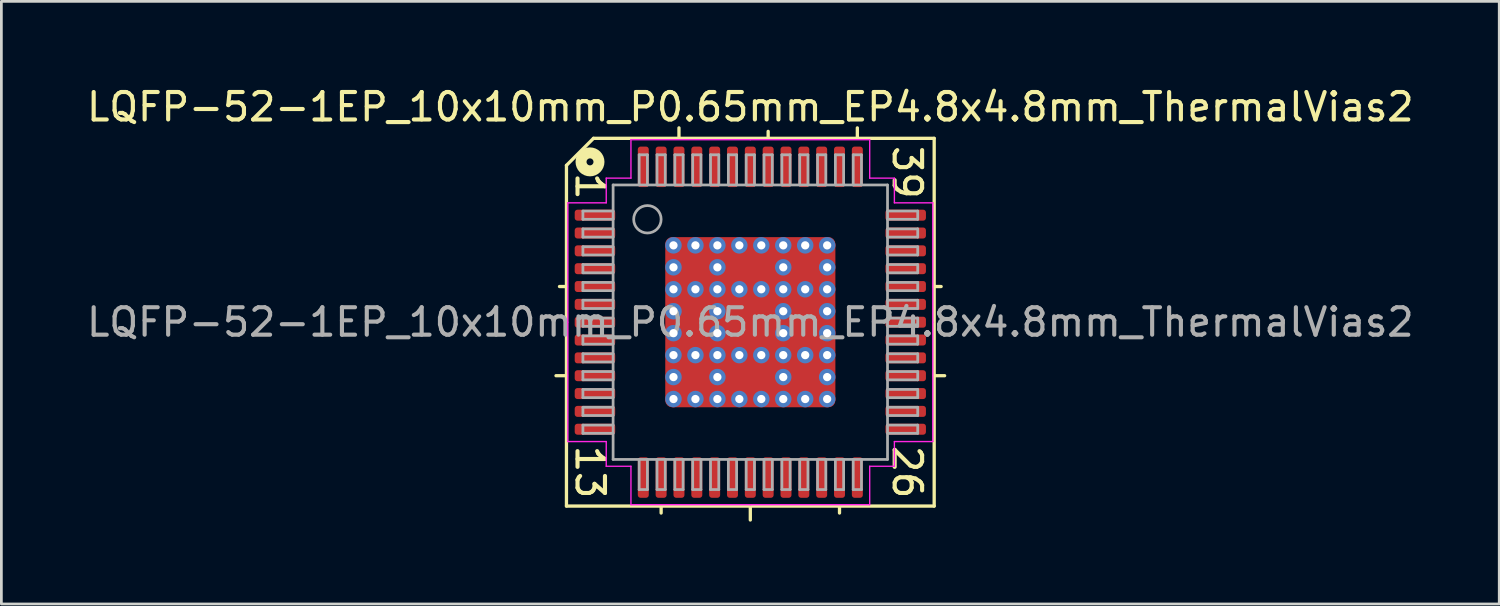
<source format=kicad_pcb>
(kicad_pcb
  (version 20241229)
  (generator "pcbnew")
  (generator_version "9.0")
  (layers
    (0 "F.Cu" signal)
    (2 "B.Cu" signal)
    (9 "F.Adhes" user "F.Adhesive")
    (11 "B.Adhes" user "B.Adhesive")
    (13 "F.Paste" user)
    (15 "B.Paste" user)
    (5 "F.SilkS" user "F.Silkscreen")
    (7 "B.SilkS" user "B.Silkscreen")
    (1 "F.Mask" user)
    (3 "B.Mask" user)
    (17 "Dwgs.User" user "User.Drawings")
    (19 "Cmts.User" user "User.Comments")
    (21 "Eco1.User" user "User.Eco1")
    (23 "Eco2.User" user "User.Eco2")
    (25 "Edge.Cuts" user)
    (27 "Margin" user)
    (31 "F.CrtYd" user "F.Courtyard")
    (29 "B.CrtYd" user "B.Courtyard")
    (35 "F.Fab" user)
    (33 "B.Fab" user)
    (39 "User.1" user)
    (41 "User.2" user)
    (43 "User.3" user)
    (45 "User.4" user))
  (footprint "LQFP-52-1EP_10x10mm_P0.65mm_EP4.8x4.8mm_ThermalVias2"
    (layer "F.Cu")
    (at 24.292 8.691)
    (property "Reference" "LQFP-52-1EP_10x10mm_P0.65mm_EP4.8x4.8mm_ThermalVias2" (at 0 -7.843 0) (layer "F.SilkS") (effects (font (size 1 1) (thickness 0.15))))
    (attr smd)
    (fp_line (start -6.7 -5.715) (end -6.7 6.7) (stroke (width 0.12) (type solid)) (layer "F.SilkS"))
    (fp_line (start -6.7 -1.3) (end -6.954 -1.3) (stroke (width 0.12) (type solid)) (layer "F.SilkS"))
    (fp_line (start -6.7 1.95) (end -7.081 1.95) (stroke (width 0.12) (type solid)) (layer "F.SilkS"))
    (fp_line (start -6.7 6.7) (end 6.7 6.7) (stroke (width 0.12) (type solid)) (layer "F.SilkS"))
    (fp_line (start -5.715 -6.7) (end -6.7 -5.715) (stroke (width 0.12) (type solid)) (layer "F.SilkS"))
    (fp_line (start -3.25 6.7) (end -3.25 6.954) (stroke (width 0.12) (type solid)) (layer "F.SilkS"))
    (fp_line (start -2.6 -6.7) (end -2.6 -7.081) (stroke (width 0.12) (type solid)) (layer "F.SilkS"))
    (fp_line (start 0 6.7) (end 0 7.208) (stroke (width 0.12) (type solid)) (layer "F.SilkS"))
    (fp_line (start 0.65 -6.7) (end 0.65 -6.954) (stroke (width 0.12) (type solid)) (layer "F.SilkS"))
    (fp_line (start 3.25 6.7) (end 3.25 6.954) (stroke (width 0.12) (type solid)) (layer "F.SilkS"))
    (fp_line (start 3.9 -6.7) (end 3.9 -7.081) (stroke (width 0.12) (type solid)) (layer "F.SilkS"))
    (fp_line (start 6.7 -6.7) (end -5.715 -6.7) (stroke (width 0.12) (type solid)) (layer "F.SilkS"))
    (fp_line (start 6.7 -1.3) (end 6.954 -1.3) (stroke (width 0.12) (type solid)) (layer "F.SilkS"))
    (fp_line (start 6.7 1.95) (end 7.081 1.95) (stroke (width 0.12) (type solid)) (layer "F.SilkS"))
    (fp_line (start 6.7 6.7) (end 6.7 -6.7) (stroke (width 0.12) (type solid)) (layer "F.SilkS"))
    (fp_circle (center -5.842 -5.842) (end -5.715 -5.842) (stroke (width 0.4) (type solid)) (fill no) (layer "F.SilkS"))
    (fp_line (start -6.65 -4.35) (end -6.65 0) (stroke (width 0.05) (type solid)) (layer "F.CrtYd"))
    (fp_line (start -6.65 4.35) (end -6.65 0) (stroke (width 0.05) (type solid)) (layer "F.CrtYd"))
    (fp_line (start -5.25 -5.25) (end -5.25 -4.35) (stroke (width 0.05) (type solid)) (layer "F.CrtYd"))
    (fp_line (start -5.25 -4.35) (end -6.65 -4.35) (stroke (width 0.05) (type solid)) (layer "F.CrtYd"))
    (fp_line (start -5.25 4.35) (end -6.65 4.35) (stroke (width 0.05) (type solid)) (layer "F.CrtYd"))
    (fp_line (start -5.25 5.25) (end -5.25 4.35) (stroke (width 0.05) (type solid)) (layer "F.CrtYd"))
    (fp_line (start -4.35 -6.65) (end -4.35 -5.25) (stroke (width 0.05) (type solid)) (layer "F.CrtYd"))
    (fp_line (start -4.35 -5.25) (end -5.25 -5.25) (stroke (width 0.05) (type solid)) (layer "F.CrtYd"))
    (fp_line (start -4.35 5.25) (end -5.25 5.25) (stroke (width 0.05) (type solid)) (layer "F.CrtYd"))
    (fp_line (start -4.35 6.65) (end -4.35 5.25) (stroke (width 0.05) (type solid)) (layer "F.CrtYd"))
    (fp_line (start 0 -6.65) (end -4.35 -6.65) (stroke (width 0.05) (type solid)) (layer "F.CrtYd"))
    (fp_line (start 0 -6.65) (end 4.35 -6.65) (stroke (width 0.05) (type solid)) (layer "F.CrtYd"))
    (fp_line (start 0 6.65) (end -4.35 6.65) (stroke (width 0.05) (type solid)) (layer "F.CrtYd"))
    (fp_line (start 0 6.65) (end 4.35 6.65) (stroke (width 0.05) (type solid)) (layer "F.CrtYd"))
    (fp_line (start 4.35 -6.65) (end 4.35 -5.25) (stroke (width 0.05) (type solid)) (layer "F.CrtYd"))
    (fp_line (start 4.35 -5.25) (end 5.25 -5.25) (stroke (width 0.05) (type solid)) (layer "F.CrtYd"))
    (fp_line (start 4.35 5.25) (end 5.25 5.25) (stroke (width 0.05) (type solid)) (layer "F.CrtYd"))
    (fp_line (start 4.35 6.65) (end 4.35 5.25) (stroke (width 0.05) (type solid)) (layer "F.CrtYd"))
    (fp_line (start 5.25 -5.25) (end 5.25 -4.35) (stroke (width 0.05) (type solid)) (layer "F.CrtYd"))
    (fp_line (start 5.25 -4.35) (end 6.65 -4.35) (stroke (width 0.05) (type solid)) (layer "F.CrtYd"))
    (fp_line (start 5.25 4.35) (end 6.65 4.35) (stroke (width 0.05) (type solid)) (layer "F.CrtYd"))
    (fp_line (start 5.25 5.25) (end 5.25 4.35) (stroke (width 0.05) (type solid)) (layer "F.CrtYd"))
    (fp_line (start 6.65 -4.35) (end 6.65 0) (stroke (width 0.05) (type solid)) (layer "F.CrtYd"))
    (fp_line (start 6.65 4.35) (end 6.65 0) (stroke (width 0.05) (type solid)) (layer "F.CrtYd"))
    (fp_line (start -6.1 -4.05) (end -6.1 -3.75) (stroke (width 0.1) (type solid)) (layer "F.Fab"))
    (fp_line (start -6.1 -4.05) (end -5 -4.05) (stroke (width 0.1) (type solid)) (layer "F.Fab"))
    (fp_line (start -6.1 -3.75) (end -5 -3.75) (stroke (width 0.1) (type solid)) (layer "F.Fab"))
    (fp_line (start -6.1 -3.4) (end -6.1 -3.1) (stroke (width 0.1) (type solid)) (layer "F.Fab"))
    (fp_line (start -6.1 -3.4) (end -5 -3.4) (stroke (width 0.1) (type solid)) (layer "F.Fab"))
    (fp_line (start -6.1 -3.1) (end -5 -3.1) (stroke (width 0.1) (type solid)) (layer "F.Fab"))
    (fp_line (start -6.1 -2.75) (end -6.1 -2.45) (stroke (width 0.1) (type solid)) (layer "F.Fab"))
    (fp_line (start -6.1 -2.75) (end -5 -2.75) (stroke (width 0.1) (type solid)) (layer "F.Fab"))
    (fp_line (start -6.1 -2.45) (end -5 -2.45) (stroke (width 0.1) (type solid)) (layer "F.Fab"))
    (fp_line (start -6.1 -2.1) (end -6.1 -1.8) (stroke (width 0.1) (type solid)) (layer "F.Fab"))
    (fp_line (start -6.1 -2.1) (end -5 -2.1) (stroke (width 0.1) (type solid)) (layer "F.Fab"))
    (fp_line (start -6.1 -1.8) (end -5 -1.8) (stroke (width 0.1) (type solid)) (layer "F.Fab"))
    (fp_line (start -6.1 -1.45) (end -6.1 -1.15) (stroke (width 0.1) (type solid)) (layer "F.Fab"))
    (fp_line (start -6.1 -1.45) (end -5 -1.45) (stroke (width 0.1) (type solid)) (layer "F.Fab"))
    (fp_line (start -6.1 -1.15) (end -5 -1.15) (stroke (width 0.1) (type solid)) (layer "F.Fab"))
    (fp_line (start -6.1 -0.8) (end -6.1 -0.5) (stroke (width 0.1) (type solid)) (layer "F.Fab"))
    (fp_line (start -6.1 -0.8) (end -5 -0.8) (stroke (width 0.1) (type solid)) (layer "F.Fab"))
    (fp_line (start -6.1 -0.5) (end -5 -0.5) (stroke (width 0.1) (type solid)) (layer "F.Fab"))
    (fp_line (start -6.1 -0.15) (end -6.1 0.15) (stroke (width 0.1) (type solid)) (layer "F.Fab"))
    (fp_line (start -6.1 -0.15) (end -5 -0.15) (stroke (width 0.1) (type solid)) (layer "F.Fab"))
    (fp_line (start -6.1 0.15) (end -5 0.15) (stroke (width 0.1) (type solid)) (layer "F.Fab"))
    (fp_line (start -6.1 0.5) (end -6.1 0.8) (stroke (width 0.1) (type solid)) (layer "F.Fab"))
    (fp_line (start -6.1 0.5) (end -5 0.5) (stroke (width 0.1) (type solid)) (layer "F.Fab"))
    (fp_line (start -6.1 0.8) (end -5 0.8) (stroke (width 0.1) (type solid)) (layer "F.Fab"))
    (fp_line (start -6.1 1.15) (end -6.1 1.45) (stroke (width 0.1) (type solid)) (layer "F.Fab"))
    (fp_line (start -6.1 1.15) (end -5 1.15) (stroke (width 0.1) (type solid)) (layer "F.Fab"))
    (fp_line (start -6.1 1.45) (end -5 1.45) (stroke (width 0.1) (type solid)) (layer "F.Fab"))
    (fp_line (start -6.1 1.8) (end -6.1 2.1) (stroke (width 0.1) (type solid)) (layer "F.Fab"))
    (fp_line (start -6.1 1.8) (end -5 1.8) (stroke (width 0.1) (type solid)) (layer "F.Fab"))
    (fp_line (start -6.1 2.1) (end -5 2.1) (stroke (width 0.1) (type solid)) (layer "F.Fab"))
    (fp_line (start -6.1 2.45) (end -6.1 2.75) (stroke (width 0.1) (type solid)) (layer "F.Fab"))
    (fp_line (start -6.1 2.45) (end -5 2.45) (stroke (width 0.1) (type solid)) (layer "F.Fab"))
    (fp_line (start -6.1 2.75) (end -5 2.75) (stroke (width 0.1) (type solid)) (layer "F.Fab"))
    (fp_line (start -6.1 3.1) (end -6.1 3.4) (stroke (width 0.1) (type solid)) (layer "F.Fab"))
    (fp_line (start -6.1 3.1) (end -5 3.1) (stroke (width 0.1) (type solid)) (layer "F.Fab"))
    (fp_line (start -6.1 3.4) (end -5 3.4) (stroke (width 0.1) (type solid)) (layer "F.Fab"))
    (fp_line (start -6.1 3.75) (end -6.1 4.05) (stroke (width 0.1) (type solid)) (layer "F.Fab"))
    (fp_line (start -6.1 3.75) (end -5 3.75) (stroke (width 0.1) (type solid)) (layer "F.Fab"))
    (fp_line (start -6.1 4.05) (end -5 4.05) (stroke (width 0.1) (type solid)) (layer "F.Fab"))
    (fp_line (start -5 -5) (end 5 -5) (stroke (width 0.1) (type solid)) (layer "F.Fab"))
    (fp_line (start -5 5) (end -5 -5) (stroke (width 0.1) (type solid)) (layer "F.Fab"))
    (fp_line (start -4.05 -6.1) (end -4.05 -5) (stroke (width 0.1) (type solid)) (layer "F.Fab"))
    (fp_line (start -4.05 6.1) (end -4.05 5) (stroke (width 0.1) (type solid)) (layer "F.Fab"))
    (fp_line (start -4.05 6.1) (end -3.75 6.1) (stroke (width 0.1) (type solid)) (layer "F.Fab"))
    (fp_line (start -3.75 -6.1) (end -4.05 -6.1) (stroke (width 0.1) (type solid)) (layer "F.Fab"))
    (fp_line (start -3.75 -6.1) (end -3.75 -5) (stroke (width 0.1) (type solid)) (layer "F.Fab"))
    (fp_line (start -3.75 6.1) (end -3.75 5) (stroke (width 0.1) (type solid)) (layer "F.Fab"))
    (fp_line (start -3.4 -6.1) (end -3.4 -5) (stroke (width 0.1) (type solid)) (layer "F.Fab"))
    (fp_line (start -3.4 6.1) (end -3.4 5) (stroke (width 0.1) (type solid)) (layer "F.Fab"))
    (fp_line (start -3.4 6.1) (end -3.1 6.1) (stroke (width 0.1) (type solid)) (layer "F.Fab"))
    (fp_line (start -3.1 -6.1) (end -3.4 -6.1) (stroke (width 0.1) (type solid)) (layer "F.Fab"))
    (fp_line (start -3.1 -6.1) (end -3.1 -5) (stroke (width 0.1) (type solid)) (layer "F.Fab"))
    (fp_line (start -3.1 6.1) (end -3.1 5) (stroke (width 0.1) (type solid)) (layer "F.Fab"))
    (fp_line (start -2.75 -6.1) (end -2.75 -5) (stroke (width 0.1) (type solid)) (layer "F.Fab"))
    (fp_line (start -2.75 6.1) (end -2.75 5) (stroke (width 0.1) (type solid)) (layer "F.Fab"))
    (fp_line (start -2.75 6.1) (end -2.45 6.1) (stroke (width 0.1) (type solid)) (layer "F.Fab"))
    (fp_line (start -2.45 -6.1) (end -2.75 -6.1) (stroke (width 0.1) (type solid)) (layer "F.Fab"))
    (fp_line (start -2.45 -6.1) (end -2.45 -5) (stroke (width 0.1) (type solid)) (layer "F.Fab"))
    (fp_line (start -2.45 6.1) (end -2.45 5) (stroke (width 0.1) (type solid)) (layer "F.Fab"))
    (fp_line (start -2.1 -6.1) (end -2.1 -5) (stroke (width 0.1) (type solid)) (layer "F.Fab"))
    (fp_line (start -2.1 6.1) (end -2.1 5) (stroke (width 0.1) (type solid)) (layer "F.Fab"))
    (fp_line (start -2.1 6.1) (end -1.8 6.1) (stroke (width 0.1) (type solid)) (layer "F.Fab"))
    (fp_line (start -1.8 -6.1) (end -2.1 -6.1) (stroke (width 0.1) (type solid)) (layer "F.Fab"))
    (fp_line (start -1.8 -6.1) (end -1.8 -5) (stroke (width 0.1) (type solid)) (layer "F.Fab"))
    (fp_line (start -1.8 6.1) (end -1.8 5) (stroke (width 0.1) (type solid)) (layer "F.Fab"))
    (fp_line (start -1.45 -6.1) (end -1.45 -5) (stroke (width 0.1) (type solid)) (layer "F.Fab"))
    (fp_line (start -1.45 6.1) (end -1.45 5) (stroke (width 0.1) (type solid)) (layer "F.Fab"))
    (fp_line (start -1.45 6.1) (end -1.15 6.1) (stroke (width 0.1) (type solid)) (layer "F.Fab"))
    (fp_line (start -1.15 -6.1) (end -1.45 -6.1) (stroke (width 0.1) (type solid)) (layer "F.Fab"))
    (fp_line (start -1.15 -6.1) (end -1.15 -5) (stroke (width 0.1) (type solid)) (layer "F.Fab"))
    (fp_line (start -1.15 6.1) (end -1.15 5) (stroke (width 0.1) (type solid)) (layer "F.Fab"))
    (fp_line (start -0.8 -6.1) (end -0.8 -5) (stroke (width 0.1) (type solid)) (layer "F.Fab"))
    (fp_line (start -0.8 6.1) (end -0.8 5) (stroke (width 0.1) (type solid)) (layer "F.Fab"))
    (fp_line (start -0.8 6.1) (end -0.5 6.1) (stroke (width 0.1) (type solid)) (layer "F.Fab"))
    (fp_line (start -0.5 -6.1) (end -0.8 -6.1) (stroke (width 0.1) (type solid)) (layer "F.Fab"))
    (fp_line (start -0.5 -6.1) (end -0.5 -5) (stroke (width 0.1) (type solid)) (layer "F.Fab"))
    (fp_line (start -0.5 6.1) (end -0.5 5) (stroke (width 0.1) (type solid)) (layer "F.Fab"))
    (fp_line (start -0.15 -6.1) (end -0.15 -5) (stroke (width 0.1) (type solid)) (layer "F.Fab"))
    (fp_line (start -0.15 6.1) (end -0.15 5) (stroke (width 0.1) (type solid)) (layer "F.Fab"))
    (fp_line (start -0.15 6.1) (end 0.15 6.1) (stroke (width 0.1) (type solid)) (layer "F.Fab"))
    (fp_line (start 0.15 -6.1) (end -0.15 -6.1) (stroke (width 0.1) (type solid)) (layer "F.Fab"))
    (fp_line (start 0.15 -6.1) (end 0.15 -5) (stroke (width 0.1) (type solid)) (layer "F.Fab"))
    (fp_line (start 0.15 6.1) (end 0.15 5) (stroke (width 0.1) (type solid)) (layer "F.Fab"))
    (fp_line (start 0.5 -6.1) (end 0.5 -5) (stroke (width 0.1) (type solid)) (layer "F.Fab"))
    (fp_line (start 0.5 6.1) (end 0.5 5) (stroke (width 0.1) (type solid)) (layer "F.Fab"))
    (fp_line (start 0.5 6.1) (end 0.8 6.1) (stroke (width 0.1) (type solid)) (layer "F.Fab"))
    (fp_line (start 0.8 -6.1) (end 0.5 -6.1) (stroke (width 0.1) (type solid)) (layer "F.Fab"))
    (fp_line (start 0.8 -6.1) (end 0.8 -5) (stroke (width 0.1) (type solid)) (layer "F.Fab"))
    (fp_line (start 0.8 6.1) (end 0.8 5) (stroke (width 0.1) (type solid)) (layer "F.Fab"))
    (fp_line (start 1.15 -6.1) (end 1.15 -5) (stroke (width 0.1) (type solid)) (layer "F.Fab"))
    (fp_line (start 1.15 6.1) (end 1.15 5) (stroke (width 0.1) (type solid)) (layer "F.Fab"))
    (fp_line (start 1.15 6.1) (end 1.45 6.1) (stroke (width 0.1) (type solid)) (layer "F.Fab"))
    (fp_line (start 1.45 -6.1) (end 1.15 -6.1) (stroke (width 0.1) (type solid)) (layer "F.Fab"))
    (fp_line (start 1.45 -6.1) (end 1.45 -5) (stroke (width 0.1) (type solid)) (layer "F.Fab"))
    (fp_line (start 1.45 6.1) (end 1.45 5) (stroke (width 0.1) (type solid)) (layer "F.Fab"))
    (fp_line (start 1.8 -6.1) (end 1.8 -5) (stroke (width 0.1) (type solid)) (layer "F.Fab"))
    (fp_line (start 1.8 6.1) (end 1.8 5) (stroke (width 0.1) (type solid)) (layer "F.Fab"))
    (fp_line (start 1.8 6.1) (end 2.1 6.1) (stroke (width 0.1) (type solid)) (layer "F.Fab"))
    (fp_line (start 2.1 -6.1) (end 1.8 -6.1) (stroke (width 0.1) (type solid)) (layer "F.Fab"))
    (fp_line (start 2.1 -6.1) (end 2.1 -5) (stroke (width 0.1) (type solid)) (layer "F.Fab"))
    (fp_line (start 2.1 6.1) (end 2.1 5) (stroke (width 0.1) (type solid)) (layer "F.Fab"))
    (fp_line (start 2.45 -6.1) (end 2.45 -5) (stroke (width 0.1) (type solid)) (layer "F.Fab"))
    (fp_line (start 2.45 6.1) (end 2.45 5) (stroke (width 0.1) (type solid)) (layer "F.Fab"))
    (fp_line (start 2.45 6.1) (end 2.75 6.1) (stroke (width 0.1) (type solid)) (layer "F.Fab"))
    (fp_line (start 2.75 -6.1) (end 2.45 -6.1) (stroke (width 0.1) (type solid)) (layer "F.Fab"))
    (fp_line (start 2.75 -6.1) (end 2.75 -5) (stroke (width 0.1) (type solid)) (layer "F.Fab"))
    (fp_line (start 2.75 6.1) (end 2.75 5) (stroke (width 0.1) (type solid)) (layer "F.Fab"))
    (fp_line (start 3.1 -6.1) (end 3.1 -5) (stroke (width 0.1) (type solid)) (layer "F.Fab"))
    (fp_line (start 3.1 6.1) (end 3.1 5) (stroke (width 0.1) (type solid)) (layer "F.Fab"))
    (fp_line (start 3.1 6.1) (end 3.4 6.1) (stroke (width 0.1) (type solid)) (layer "F.Fab"))
    (fp_line (start 3.4 -6.1) (end 3.1 -6.1) (stroke (width 0.1) (type solid)) (layer "F.Fab"))
    (fp_line (start 3.4 -6.1) (end 3.4 -5) (stroke (width 0.1) (type solid)) (layer "F.Fab"))
    (fp_line (start 3.4 6.1) (end 3.4 5) (stroke (width 0.1) (type solid)) (layer "F.Fab"))
    (fp_line (start 3.75 -6.1) (end 3.75 -5) (stroke (width 0.1) (type solid)) (layer "F.Fab"))
    (fp_line (start 3.75 6.1) (end 3.75 5) (stroke (width 0.1) (type solid)) (layer "F.Fab"))
    (fp_line (start 3.75 6.1) (end 4.05 6.1) (stroke (width 0.1) (type solid)) (layer "F.Fab"))
    (fp_line (start 4.05 -6.1) (end 3.75 -6.1) (stroke (width 0.1) (type solid)) (layer "F.Fab"))
    (fp_line (start 4.05 -6.1) (end 4.05 -5) (stroke (width 0.1) (type solid)) (layer "F.Fab"))
    (fp_line (start 4.05 6.1) (end 4.05 5) (stroke (width 0.1) (type solid)) (layer "F.Fab"))
    (fp_line (start 5 -5) (end 5 5) (stroke (width 0.1) (type solid)) (layer "F.Fab"))
    (fp_line (start 5 5) (end -5 5) (stroke (width 0.1) (type solid)) (layer "F.Fab"))
    (fp_line (start 6.1 -4.05) (end 5 -4.05) (stroke (width 0.1) (type solid)) (layer "F.Fab"))
    (fp_line (start 6.1 -3.75) (end 5 -3.75) (stroke (width 0.1) (type solid)) (layer "F.Fab"))
    (fp_line (start 6.1 -3.75) (end 6.1 -4.05) (stroke (width 0.1) (type solid)) (layer "F.Fab"))
    (fp_line (start 6.1 -3.4) (end 5 -3.4) (stroke (width 0.1) (type solid)) (layer "F.Fab"))
    (fp_line (start 6.1 -3.1) (end 5 -3.1) (stroke (width 0.1) (type solid)) (layer "F.Fab"))
    (fp_line (start 6.1 -3.1) (end 6.1 -3.4) (stroke (width 0.1) (type solid)) (layer "F.Fab"))
    (fp_line (start 6.1 -2.75) (end 5 -2.75) (stroke (width 0.1) (type solid)) (layer "F.Fab"))
    (fp_line (start 6.1 -2.45) (end 5 -2.45) (stroke (width 0.1) (type solid)) (layer "F.Fab"))
    (fp_line (start 6.1 -2.45) (end 6.1 -2.75) (stroke (width 0.1) (type solid)) (layer "F.Fab"))
    (fp_line (start 6.1 -2.1) (end 5 -2.1) (stroke (width 0.1) (type solid)) (layer "F.Fab"))
    (fp_line (start 6.1 -1.8) (end 5 -1.8) (stroke (width 0.1) (type solid)) (layer "F.Fab"))
    (fp_line (start 6.1 -1.8) (end 6.1 -2.1) (stroke (width 0.1) (type solid)) (layer "F.Fab"))
    (fp_line (start 6.1 -1.45) (end 5 -1.45) (stroke (width 0.1) (type solid)) (layer "F.Fab"))
    (fp_line (start 6.1 -1.15) (end 5 -1.15) (stroke (width 0.1) (type solid)) (layer "F.Fab"))
    (fp_line (start 6.1 -1.15) (end 6.1 -1.45) (stroke (width 0.1) (type solid)) (layer "F.Fab"))
    (fp_line (start 6.1 -0.8) (end 5 -0.8) (stroke (width 0.1) (type solid)) (layer "F.Fab"))
    (fp_line (start 6.1 -0.5) (end 5 -0.5) (stroke (width 0.1) (type solid)) (layer "F.Fab"))
    (fp_line (start 6.1 -0.5) (end 6.1 -0.8) (stroke (width 0.1) (type solid)) (layer "F.Fab"))
    (fp_line (start 6.1 -0.15) (end 5 -0.15) (stroke (width 0.1) (type solid)) (layer "F.Fab"))
    (fp_line (start 6.1 0.15) (end 5 0.15) (stroke (width 0.1) (type solid)) (layer "F.Fab"))
    (fp_line (start 6.1 0.15) (end 6.1 -0.15) (stroke (width 0.1) (type solid)) (layer "F.Fab"))
    (fp_line (start 6.1 0.5) (end 5 0.5) (stroke (width 0.1) (type solid)) (layer "F.Fab"))
    (fp_line (start 6.1 0.8) (end 5 0.8) (stroke (width 0.1) (type solid)) (layer "F.Fab"))
    (fp_line (start 6.1 0.8) (end 6.1 0.5) (stroke (width 0.1) (type solid)) (layer "F.Fab"))
    (fp_line (start 6.1 1.15) (end 5 1.15) (stroke (width 0.1) (type solid)) (layer "F.Fab"))
    (fp_line (start 6.1 1.45) (end 5 1.45) (stroke (width 0.1) (type solid)) (layer "F.Fab"))
    (fp_line (start 6.1 1.45) (end 6.1 1.15) (stroke (width 0.1) (type solid)) (layer "F.Fab"))
    (fp_line (start 6.1 1.8) (end 5 1.8) (stroke (width 0.1) (type solid)) (layer "F.Fab"))
    (fp_line (start 6.1 2.1) (end 5 2.1) (stroke (width 0.1) (type solid)) (layer "F.Fab"))
    (fp_line (start 6.1 2.1) (end 6.1 1.8) (stroke (width 0.1) (type solid)) (layer "F.Fab"))
    (fp_line (start 6.1 2.45) (end 5 2.45) (stroke (width 0.1) (type solid)) (layer "F.Fab"))
    (fp_line (start 6.1 2.75) (end 5 2.75) (stroke (width 0.1) (type solid)) (layer "F.Fab"))
    (fp_line (start 6.1 2.75) (end 6.1 2.45) (stroke (width 0.1) (type solid)) (layer "F.Fab"))
    (fp_line (start 6.1 3.1) (end 5 3.1) (stroke (width 0.1) (type solid)) (layer "F.Fab"))
    (fp_line (start 6.1 3.4) (end 5 3.4) (stroke (width 0.1) (type solid)) (layer "F.Fab"))
    (fp_line (start 6.1 3.4) (end 6.1 3.1) (stroke (width 0.1) (type solid)) (layer "F.Fab"))
    (fp_line (start 6.1 3.75) (end 5 3.75) (stroke (width 0.1) (type solid)) (layer "F.Fab"))
    (fp_line (start 6.1 4.05) (end 5 4.05) (stroke (width 0.1) (type solid)) (layer "F.Fab"))
    (fp_line (start 6.1 4.05) (end 6.1 3.75) (stroke (width 0.1) (type solid)) (layer "F.Fab"))
    (fp_circle (center -3.75 -3.75) (end -3.25 -3.75) (stroke (width 0.1) (type solid)) (fill no) (layer "F.Fab"))
    (fp_text user "1" (at -5.842 -4.953 270) (unlocked yes) (layer "F.SilkS") (effects (font (size 1 1) (thickness 0.15))))
    (fp_text user "26" (at 5.715 5.461 270) (unlocked yes) (layer "F.SilkS") (effects (font (size 1 1) (thickness 0.15))))
    (fp_text user "13" (at -5.842 5.461 270) (unlocked yes) (layer "F.SilkS") (effects (font (size 1 1) (thickness 0.15))))
    (fp_text user "39" (at 5.715 -5.461 270) (unlocked yes) (layer "F.SilkS") (effects (font (size 1 1) (thickness 0.15))))
    (fp_text user "${REFERENCE}" (at 0 0 0) (layer "F.Fab") (effects (font (size 1 1) (thickness 0.15))))
    (pad "" smd roundrect (at -1.95 -1.95 90) (size 0.6 0.6) (layers "F.Paste") (roundrect_rratio 0.25))
    (pad "" smd roundrect (at -1.95 -1.95) (size 0.9 0.9) (layers "F.Mask") (roundrect_rratio 0.25))
    (pad "" smd roundrect (at -1.95 -0.425 90) (size 0.65 0.6) (layers "F.Paste") (roundrect_rratio 0.25))
    (pad "" smd roundrect (at -1.95 0) (size 0.9 1.8) (layers "F.Mask") (roundrect_rratio 0.25))
    (pad "" smd roundrect (at -1.95 0.425 90) (size 0.65 0.6) (layers "F.Paste") (roundrect_rratio 0.25))
    (pad "" smd roundrect (at -1.95 1.95 90) (size 0.6 0.6) (layers "F.Paste") (roundrect_rratio 0.25))
    (pad "" smd roundrect (at -1.95 1.95) (size 0.9 0.9) (layers "F.Mask") (roundrect_rratio 0.25))
    (pad "" smd roundrect (at -0.425 -1.95 180) (size 0.65 0.6) (layers "F.Paste") (roundrect_rratio 0.25))
    (pad "" smd roundrect (at -0.425 -0.425 180) (size 0.65 0.65) (layers "F.Paste") (roundrect_rratio 0.25))
    (pad "" smd roundrect (at -0.425 0.425 180) (size 0.65 0.65) (layers "F.Paste") (roundrect_rratio 0.25))
    (pad "" smd roundrect (at -0.425 1.95 180) (size 0.65 0.6) (layers "F.Paste") (roundrect_rratio 0.25))
    (pad "" smd roundrect (at 0 -1.95 90) (size 0.9 1.8) (layers "F.Mask") (roundrect_rratio 0.25))
    (pad "" smd roundrect (at 0 0) (size 1.8 1.8) (layers "F.Mask") (roundrect_rratio 0.139))
    (pad "" smd roundrect (at 0 1.95 90) (size 0.9 1.8) (layers "F.Mask") (roundrect_rratio 0.25))
    (pad "" smd roundrect (at 0.425 -1.95 180) (size 0.65 0.6) (layers "F.Paste") (roundrect_rratio 0.25))
    (pad "" smd roundrect (at 0.425 -0.425 180) (size 0.65 0.65) (layers "F.Paste") (roundrect_rratio 0.25))
    (pad "" smd roundrect (at 0.425 0.425 180) (size 0.65 0.65) (layers "F.Paste") (roundrect_rratio 0.25))
    (pad "" smd roundrect (at 0.425 1.95 180) (size 0.65 0.6) (layers "F.Paste") (roundrect_rratio 0.25))
    (pad "" smd roundrect (at 1.95 -1.95 90) (size 0.6 0.6) (layers "F.Paste") (roundrect_rratio 0.25))
    (pad "" smd roundrect (at 1.95 -1.95) (size 0.9 0.9) (layers "F.Mask") (roundrect_rratio 0.25))
    (pad "" smd roundrect (at 1.95 -0.425 90) (size 0.65 0.6) (layers "F.Paste") (roundrect_rratio 0.25))
    (pad "" smd roundrect (at 1.95 0) (size 0.9 1.8) (layers "F.Mask") (roundrect_rratio 0.25))
    (pad "" smd roundrect (at 1.95 0.425 90) (size 0.65 0.6) (layers "F.Paste") (roundrect_rratio 0.25))
    (pad "" smd roundrect (at 1.95 1.95 90) (size 0.6 0.6) (layers "F.Paste") (roundrect_rratio 0.25))
    (pad "" smd roundrect (at 1.95 1.95) (size 0.9 0.9) (layers "F.Mask") (roundrect_rratio 0.25))
    (pad "1" smd roundrect (at -5.662 -3.9) (size 1.475 0.4) (layers "F.Cu" "F.Mask" "F.Paste") (roundrect_rratio 0.25))
    (pad "2" smd roundrect (at -5.662 -3.25) (size 1.475 0.4) (layers "F.Cu" "F.Mask" "F.Paste") (roundrect_rratio 0.25))
    (pad "3" smd roundrect (at -5.662 -2.6) (size 1.475 0.4) (layers "F.Cu" "F.Mask" "F.Paste") (roundrect_rratio 0.25))
    (pad "4" smd roundrect (at -5.662 -1.95) (size 1.475 0.4) (layers "F.Cu" "F.Mask" "F.Paste") (roundrect_rratio 0.25))
    (pad "5" smd roundrect (at -5.662 -1.3) (size 1.475 0.4) (layers "F.Cu" "F.Mask" "F.Paste") (roundrect_rratio 0.25))
    (pad "6" smd roundrect (at -5.662 -0.65) (size 1.475 0.4) (layers "F.Cu" "F.Mask" "F.Paste") (roundrect_rratio 0.25))
    (pad "7" smd roundrect (at -5.662 0) (size 1.475 0.4) (layers "F.Cu" "F.Mask" "F.Paste") (roundrect_rratio 0.25))
    (pad "8" smd roundrect (at -5.662 0.65) (size 1.475 0.4) (layers "F.Cu" "F.Mask" "F.Paste") (roundrect_rratio 0.25))
    (pad "9" smd roundrect (at -5.662 1.3) (size 1.475 0.4) (layers "F.Cu" "F.Mask" "F.Paste") (roundrect_rratio 0.25))
    (pad "10" smd roundrect (at -5.662 1.95) (size 1.475 0.4) (layers "F.Cu" "F.Mask" "F.Paste") (roundrect_rratio 0.25))
    (pad "11" smd roundrect (at -5.662 2.6) (size 1.475 0.4) (layers "F.Cu" "F.Mask" "F.Paste") (roundrect_rratio 0.25))
    (pad "12" smd roundrect (at -5.662 3.25) (size 1.475 0.4) (layers "F.Cu" "F.Mask" "F.Paste") (roundrect_rratio 0.25))
    (pad "13" smd roundrect (at -5.662 3.9) (size 1.475 0.4) (layers "F.Cu" "F.Mask" "F.Paste") (roundrect_rratio 0.25))
    (pad "14" smd roundrect (at -3.9 5.662) (size 0.4 1.475) (layers "F.Cu" "F.Mask" "F.Paste") (roundrect_rratio 0.25))
    (pad "15" smd roundrect (at -3.25 5.662) (size 0.4 1.475) (layers "F.Cu" "F.Mask" "F.Paste") (roundrect_rratio 0.25))
    (pad "16" smd roundrect (at -2.6 5.662) (size 0.4 1.475) (layers "F.Cu" "F.Mask" "F.Paste") (roundrect_rratio 0.25))
    (pad "17" smd roundrect (at -1.95 5.662) (size 0.4 1.475) (layers "F.Cu" "F.Mask" "F.Paste") (roundrect_rratio 0.25))
    (pad "18" smd roundrect (at -1.3 5.662) (size 0.4 1.475) (layers "F.Cu" "F.Mask" "F.Paste") (roundrect_rratio 0.25))
    (pad "19" smd roundrect (at -0.65 5.662) (size 0.4 1.475) (layers "F.Cu" "F.Mask" "F.Paste") (roundrect_rratio 0.25))
    (pad "20" smd roundrect (at 0 5.662) (size 0.4 1.475) (layers "F.Cu" "F.Mask" "F.Paste") (roundrect_rratio 0.25))
    (pad "21" smd roundrect (at 0.65 5.662) (size 0.4 1.475) (layers "F.Cu" "F.Mask" "F.Paste") (roundrect_rratio 0.25))
    (pad "22" smd roundrect (at 1.3 5.662) (size 0.4 1.475) (layers "F.Cu" "F.Mask" "F.Paste") (roundrect_rratio 0.25))
    (pad "23" smd roundrect (at 1.95 5.662) (size 0.4 1.475) (layers "F.Cu" "F.Mask" "F.Paste") (roundrect_rratio 0.25))
    (pad "24" smd roundrect (at 2.6 5.662) (size 0.4 1.475) (layers "F.Cu" "F.Mask" "F.Paste") (roundrect_rratio 0.25))
    (pad "25" smd roundrect (at 3.25 5.662) (size 0.4 1.475) (layers "F.Cu" "F.Mask" "F.Paste") (roundrect_rratio 0.25))
    (pad "26" smd roundrect (at 3.9 5.662) (size 0.4 1.475) (layers "F.Cu" "F.Mask" "F.Paste") (roundrect_rratio 0.25))
    (pad "27" smd roundrect (at 5.662 3.9) (size 1.475 0.4) (layers "F.Cu" "F.Mask" "F.Paste") (roundrect_rratio 0.25))
    (pad "28" smd roundrect (at 5.662 3.25) (size 1.475 0.4) (layers "F.Cu" "F.Mask" "F.Paste") (roundrect_rratio 0.25))
    (pad "29" smd roundrect (at 5.662 2.6) (size 1.475 0.4) (layers "F.Cu" "F.Mask" "F.Paste") (roundrect_rratio 0.25))
    (pad "30" smd roundrect (at 5.662 1.95) (size 1.475 0.4) (layers "F.Cu" "F.Mask" "F.Paste") (roundrect_rratio 0.25))
    (pad "31" smd roundrect (at 5.662 1.3) (size 1.475 0.4) (layers "F.Cu" "F.Mask" "F.Paste") (roundrect_rratio 0.25))
    (pad "32" smd roundrect (at 5.662 0.65) (size 1.475 0.4) (layers "F.Cu" "F.Mask" "F.Paste") (roundrect_rratio 0.25))
    (pad "33" smd roundrect (at 5.662 0) (size 1.475 0.4) (layers "F.Cu" "F.Mask" "F.Paste") (roundrect_rratio 0.25))
    (pad "34" smd roundrect (at 5.662 -0.65) (size 1.475 0.4) (layers "F.Cu" "F.Mask" "F.Paste") (roundrect_rratio 0.25))
    (pad "35" smd roundrect (at 5.662 -1.3) (size 1.475 0.4) (layers "F.Cu" "F.Mask" "F.Paste") (roundrect_rratio 0.25))
    (pad "36" smd roundrect (at 5.662 -1.95) (size 1.475 0.4) (layers "F.Cu" "F.Mask" "F.Paste") (roundrect_rratio 0.25))
    (pad "37" smd roundrect (at 5.662 -2.6) (size 1.475 0.4) (layers "F.Cu" "F.Mask" "F.Paste") (roundrect_rratio 0.25))
    (pad "38" smd roundrect (at 5.662 -3.25) (size 1.475 0.4) (layers "F.Cu" "F.Mask" "F.Paste") (roundrect_rratio 0.25))
    (pad "39" smd roundrect (at 5.662 -3.9) (size 1.475 0.4) (layers "F.Cu" "F.Mask" "F.Paste") (roundrect_rratio 0.25))
    (pad "40" smd roundrect (at 3.9 -5.662) (size 0.4 1.475) (layers "F.Cu" "F.Mask" "F.Paste") (roundrect_rratio 0.25))
    (pad "41" smd roundrect (at 3.25 -5.662) (size 0.4 1.475) (layers "F.Cu" "F.Mask" "F.Paste") (roundrect_rratio 0.25))
    (pad "42" smd roundrect (at 2.6 -5.662) (size 0.4 1.475) (layers "F.Cu" "F.Mask" "F.Paste") (roundrect_rratio 0.25))
    (pad "43" smd roundrect (at 1.95 -5.662) (size 0.4 1.475) (layers "F.Cu" "F.Mask" "F.Paste") (roundrect_rratio 0.25))
    (pad "44" smd roundrect (at 1.3 -5.662) (size 0.4 1.475) (layers "F.Cu" "F.Mask" "F.Paste") (roundrect_rratio 0.25))
    (pad "45" smd roundrect (at 0.65 -5.662) (size 0.4 1.475) (layers "F.Cu" "F.Mask" "F.Paste") (roundrect_rratio 0.25))
    (pad "46" smd roundrect (at 0 -5.662) (size 0.4 1.475) (layers "F.Cu" "F.Mask" "F.Paste") (roundrect_rratio 0.25))
    (pad "47" smd roundrect (at -0.65 -5.662) (size 0.4 1.475) (layers "F.Cu" "F.Mask" "F.Paste") (roundrect_rratio 0.25))
    (pad "48" smd roundrect (at -1.3 -5.662) (size 0.4 1.475) (layers "F.Cu" "F.Mask" "F.Paste") (roundrect_rratio 0.25))
    (pad "49" smd roundrect (at -1.95 -5.662) (size 0.4 1.475) (layers "F.Cu" "F.Mask" "F.Paste") (roundrect_rratio 0.25))
    (pad "50" smd roundrect (at -2.6 -5.662) (size 0.4 1.475) (layers "F.Cu" "F.Mask" "F.Paste") (roundrect_rratio 0.25))
    (pad "51" smd roundrect (at -3.25 -5.662) (size 0.4 1.475) (layers "F.Cu" "F.Mask" "F.Paste") (roundrect_rratio 0.25))
    (pad "52" smd roundrect (at -3.9 -5.662) (size 0.4 1.475) (layers "F.Cu" "F.Mask" "F.Paste") (roundrect_rratio 0.25))
    (pad "53" thru_hole circle (at -2.8 -2.8) (size 0.6 0.6) (drill 0.3) (property pad_prop_heatsink) (layers "*.Cu" "*.Mask"))
    (pad "53" thru_hole circle (at -2.8 -2) (size 0.6 0.6) (drill 0.3) (property pad_prop_heatsink) (layers "*.Cu" "*.Mask"))
    (pad "53" thru_hole circle (at -2.8 -1.2) (size 0.6 0.6) (drill 0.3) (property pad_prop_heatsink) (layers "*.Cu" "*.Mask"))
    (pad "53" thru_hole circle (at -2.8 -0.4) (size 0.6 0.6) (drill 0.3) (property pad_prop_heatsink) (layers "*.Cu" "*.Mask"))
    (pad "53" thru_hole circle (at -2.8 0.4) (size 0.6 0.6) (drill 0.3) (property pad_prop_heatsink) (layers "*.Cu" "*.Mask"))
    (pad "53" thru_hole circle (at -2.8 1.2) (size 0.6 0.6) (drill 0.3) (property pad_prop_heatsink) (layers "*.Cu" "*.Mask"))
    (pad "53" thru_hole circle (at -2.8 2) (size 0.6 0.6) (drill 0.3) (property pad_prop_heatsink) (layers "*.Cu" "*.Mask"))
    (pad "53" thru_hole circle (at -2.8 2.8) (size 0.6 0.6) (drill 0.3) (property pad_prop_heatsink) (layers "*.Cu" "*.Mask"))
    (pad "53" thru_hole circle (at -2 -2.8) (size 0.6 0.6) (drill 0.3) (property pad_prop_heatsink) (layers "*.Cu" "*.Mask"))
    (pad "53" thru_hole circle (at -2 -1.2) (size 0.6 0.6) (drill 0.3) (property pad_prop_heatsink) (layers "*.Cu" "*.Mask"))
    (pad "53" thru_hole circle (at -2 1.2) (size 0.6 0.6) (drill 0.3) (property pad_prop_heatsink) (layers "*.Cu" "*.Mask"))
    (pad "53" thru_hole circle (at -2 2.8) (size 0.6 0.6) (drill 0.3) (property pad_prop_heatsink) (layers "*.Cu" "*.Mask"))
    (pad "53" thru_hole circle (at -1.2 -2.8) (size 0.6 0.6) (drill 0.3) (property pad_prop_heatsink) (layers "*.Cu" "*.Mask"))
    (pad "53" thru_hole circle (at -1.2 -2) (size 0.6 0.6) (drill 0.3) (property pad_prop_heatsink) (layers "*.Cu" "*.Mask"))
    (pad "53" thru_hole circle (at -1.2 -1.2) (size 0.6 0.6) (drill 0.3) (property pad_prop_heatsink) (layers "*.Cu" "*.Mask"))
    (pad "53" thru_hole circle (at -1.2 -0.4) (size 0.6 0.6) (drill 0.3) (property pad_prop_heatsink) (layers "*.Cu" "*.Mask"))
    (pad "53" thru_hole circle (at -1.2 0.4) (size 0.6 0.6) (drill 0.3) (property pad_prop_heatsink) (layers "*.Cu" "*.Mask"))
    (pad "53" thru_hole circle (at -1.2 1.2) (size 0.6 0.6) (drill 0.3) (property pad_prop_heatsink) (layers "*.Cu" "*.Mask"))
    (pad "53" thru_hole circle (at -1.2 2) (size 0.6 0.6) (drill 0.3) (property pad_prop_heatsink) (layers "*.Cu" "*.Mask"))
    (pad "53" thru_hole circle (at -1.2 2.8) (size 0.6 0.6) (drill 0.3) (property pad_prop_heatsink) (layers "*.Cu" "*.Mask"))
    (pad "53" thru_hole circle (at -0.4 -2.8) (size 0.6 0.6) (drill 0.3) (property pad_prop_heatsink) (layers "*.Cu" "*.Mask"))
    (pad "53" thru_hole circle (at -0.4 -1.2) (size 0.6 0.6) (drill 0.3) (property pad_prop_heatsink) (layers "*.Cu" "*.Mask"))
    (pad "53" thru_hole circle (at -0.4 1.2) (size 0.6 0.6) (drill 0.3) (property pad_prop_heatsink) (layers "*.Cu" "*.Mask"))
    (pad "53" thru_hole circle (at -0.4 2.8) (size 0.6 0.6) (drill 0.3) (property pad_prop_heatsink) (layers "*.Cu" "*.Mask"))
    (pad "53" smd roundrect (at 0 0) (size 6.2 6.2) (layers "F.Cu") (roundrect_rratio 0.04))
    (pad "53" thru_hole circle (at 0.4 -2.8) (size 0.6 0.6) (drill 0.3) (property pad_prop_heatsink) (layers "*.Cu" "*.Mask"))
    (pad "53" thru_hole circle (at 0.4 -1.2) (size 0.6 0.6) (drill 0.3) (property pad_prop_heatsink) (layers "*.Cu" "*.Mask"))
    (pad "53" thru_hole circle (at 0.4 1.2) (size 0.6 0.6) (drill 0.3) (property pad_prop_heatsink) (layers "*.Cu" "*.Mask"))
    (pad "53" thru_hole circle (at 0.4 2.8) (size 0.6 0.6) (drill 0.3) (property pad_prop_heatsink) (layers "*.Cu" "*.Mask"))
    (pad "53" thru_hole circle (at 1.2 -2.8) (size 0.6 0.6) (drill 0.3) (property pad_prop_heatsink) (layers "*.Cu" "*.Mask"))
    (pad "53" thru_hole circle (at 1.2 -2) (size 0.6 0.6) (drill 0.3) (property pad_prop_heatsink) (layers "*.Cu" "*.Mask"))
    (pad "53" thru_hole circle (at 1.2 -1.2) (size 0.6 0.6) (drill 0.3) (property pad_prop_heatsink) (layers "*.Cu" "*.Mask"))
    (pad "53" thru_hole circle (at 1.2 -0.4) (size 0.6 0.6) (drill 0.3) (property pad_prop_heatsink) (layers "*.Cu" "*.Mask"))
    (pad "53" thru_hole circle (at 1.2 0.4) (size 0.6 0.6) (drill 0.3) (property pad_prop_heatsink) (layers "*.Cu" "*.Mask"))
    (pad "53" thru_hole circle (at 1.2 1.2) (size 0.6 0.6) (drill 0.3) (property pad_prop_heatsink) (layers "*.Cu" "*.Mask"))
    (pad "53" thru_hole circle (at 1.2 2) (size 0.6 0.6) (drill 0.3) (property pad_prop_heatsink) (layers "*.Cu" "*.Mask"))
    (pad "53" thru_hole circle (at 1.2 2.8) (size 0.6 0.6) (drill 0.3) (property pad_prop_heatsink) (layers "*.Cu" "*.Mask"))
    (pad "53" thru_hole circle (at 2 -2.8) (size 0.6 0.6) (drill 0.3) (property pad_prop_heatsink) (layers "*.Cu" "*.Mask"))
    (pad "53" thru_hole circle (at 2 -1.2) (size 0.6 0.6) (drill 0.3) (property pad_prop_heatsink) (layers "*.Cu" "*.Mask"))
    (pad "53" thru_hole circle (at 2 1.2) (size 0.6 0.6) (drill 0.3) (property pad_prop_heatsink) (layers "*.Cu" "*.Mask"))
    (pad "53" thru_hole circle (at 2 2.8) (size 0.6 0.6) (drill 0.3) (property pad_prop_heatsink) (layers "*.Cu" "*.Mask"))
    (pad "53" thru_hole circle (at 2.8 -2.8) (size 0.6 0.6) (drill 0.3) (property pad_prop_heatsink) (layers "*.Cu" "*.Mask"))
    (pad "53" thru_hole circle (at 2.8 -2) (size 0.6 0.6) (drill 0.3) (property pad_prop_heatsink) (layers "*.Cu" "*.Mask"))
    (pad "53" thru_hole circle (at 2.8 -1.2) (size 0.6 0.6) (drill 0.3) (property pad_prop_heatsink) (layers "*.Cu" "*.Mask"))
    (pad "53" thru_hole circle (at 2.8 -0.4) (size 0.6 0.6) (drill 0.3) (property pad_prop_heatsink) (layers "*.Cu" "*.Mask"))
    (pad "53" thru_hole circle (at 2.8 0.4) (size 0.6 0.6) (drill 0.3) (property pad_prop_heatsink) (layers "*.Cu" "*.Mask"))
    (pad "53" thru_hole circle (at 2.8 1.2) (size 0.6 0.6) (drill 0.3) (property pad_prop_heatsink) (layers "*.Cu" "*.Mask"))
    (pad "53" thru_hole circle (at 2.8 2) (size 0.6 0.6) (drill 0.3) (property pad_prop_heatsink) (layers "*.Cu" "*.Mask"))
    (pad "53" thru_hole circle (at 2.8 2.8) (size 0.6 0.6) (drill 0.3) (property pad_prop_heatsink) (layers "*.Cu" "*.Mask")))
  (gr_rect
    (start -3 -3)
    (end 51.583 18.959)
    (stroke (width 0.1) (type default))
    (fill no)
    (layer "Edge.Cuts")))
</source>
